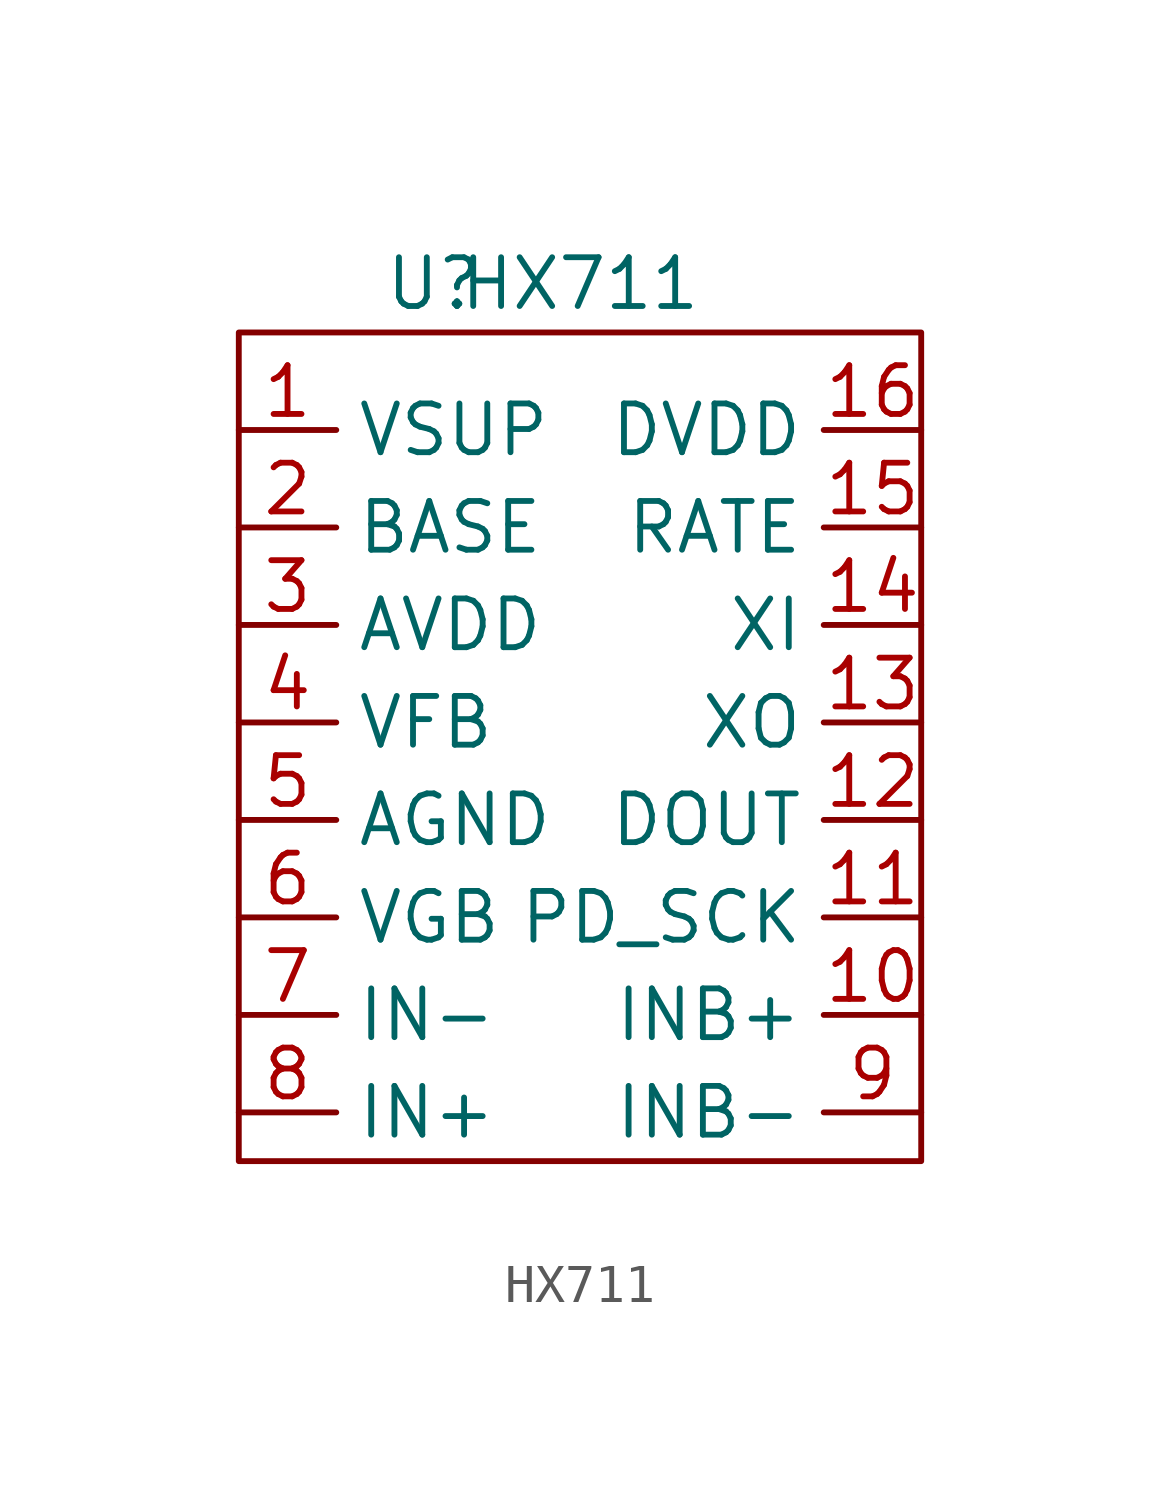
<source format=kicad_sym>
(kicad_symbol_lib
  (version 20211014)
  (generator kicad_symbol_editor)
  (symbol "HX711"
    (property "Reference" "U"
      (at 0 0 0)
      (effects (font (size 1.27 1.27))))
    (property "Value" "HX711"
      (at 3.81 0 0)
      (effects (font (size 1.27 1.27))))
    (symbol "HX711_0_1"
      (rectangle (start -5.08 -1.27) (end 12.7 -22.86) (stroke (width 0) (type default) (color 0 0 0 0)) (fill (type none))))
    (symbol "HX711_1_1"
      (pin power_in line (at -5.08 -3.81 0) (length 2.54) (name "VSUP" (effects (font (size 1.27 1.27)))) (number "1" (effects (font (size 1.27 1.27)))))
      (pin input line (at 12.7 -19.05 180) (length 2.54) (name "INB+" (effects (font (size 1.27 1.27)))) (number "10" (effects (font (size 1.27 1.27)))))
      (pin input line (at 12.7 -16.51 180) (length 2.54) (name "PD_SCK" (effects (font (size 1.27 1.27)))) (number "11" (effects (font (size 1.27 1.27)))))
      (pin output line (at 12.7 -13.97 180) (length 2.54) (name "DOUT" (effects (font (size 1.27 1.27)))) (number "12" (effects (font (size 1.27 1.27)))))
      (pin bidirectional line (at 12.7 -11.43 180) (length 2.54) (name "XO" (effects (font (size 1.27 1.27)))) (number "13" (effects (font (size 1.27 1.27)))))
      (pin input line (at 12.7 -8.89 180) (length 2.54) (name "XI" (effects (font (size 1.27 1.27)))) (number "14" (effects (font (size 1.27 1.27)))))
      (pin input line (at 12.7 -6.35 180) (length 2.54) (name "RATE" (effects (font (size 1.27 1.27)))) (number "15" (effects (font (size 1.27 1.27)))))
      (pin power_in line (at 12.7 -3.81 180) (length 2.54) (name "DVDD" (effects (font (size 1.27 1.27)))) (number "16" (effects (font (size 1.27 1.27)))))
      (pin output line (at -5.08 -6.35 0) (length 2.54) (name "BASE" (effects (font (size 1.27 1.27)))) (number "2" (effects (font (size 1.27 1.27)))))
      (pin output line (at -5.08 -8.89 0) (length 2.54) (name "AVDD" (effects (font (size 1.27 1.27)))) (number "3" (effects (font (size 1.27 1.27)))))
      (pin input line (at -5.08 -11.43 0) (length 2.54) (name "VFB" (effects (font (size 1.27 1.27)))) (number "4" (effects (font (size 1.27 1.27)))))
      (pin output line (at -5.08 -13.97 0) (length 2.54) (name "AGND" (effects (font (size 1.27 1.27)))) (number "5" (effects (font (size 1.27 1.27)))))
      (pin output line (at -5.08 -16.51 0) (length 2.54) (name "VGB" (effects (font (size 1.27 1.27)))) (number "6" (effects (font (size 1.27 1.27)))))
      (pin input line (at -5.08 -19.05 0) (length 2.54) (name "IN-" (effects (font (size 1.27 1.27)))) (number "7" (effects (font (size 1.27 1.27)))))
      (pin input line (at -5.08 -21.59 0) (length 2.54) (name "IN+" (effects (font (size 1.27 1.27)))) (number "8" (effects (font (size 1.27 1.27)))))
      (pin input line (at 12.7 -21.59 180) (length 2.54) (name "INB-" (effects (font (size 1.27 1.27)))) (number "9" (effects (font (size 1.27 1.27))))))))
</source>
